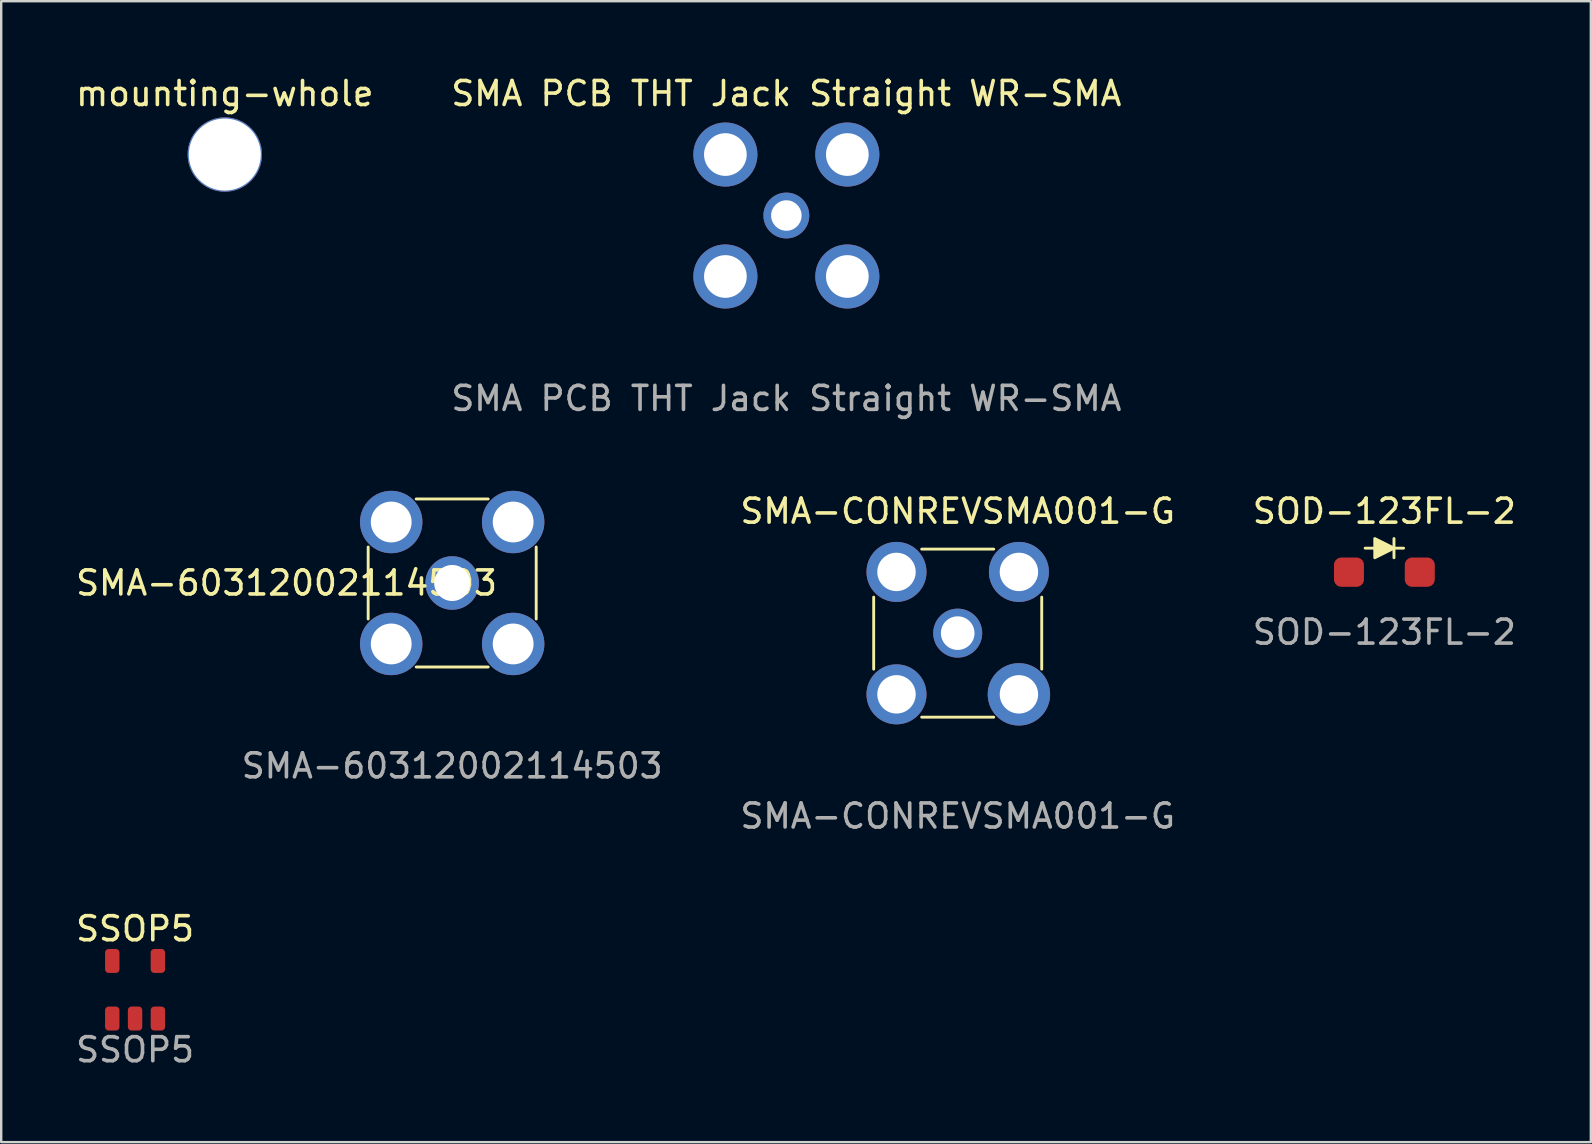
<source format=kicad_pcb>
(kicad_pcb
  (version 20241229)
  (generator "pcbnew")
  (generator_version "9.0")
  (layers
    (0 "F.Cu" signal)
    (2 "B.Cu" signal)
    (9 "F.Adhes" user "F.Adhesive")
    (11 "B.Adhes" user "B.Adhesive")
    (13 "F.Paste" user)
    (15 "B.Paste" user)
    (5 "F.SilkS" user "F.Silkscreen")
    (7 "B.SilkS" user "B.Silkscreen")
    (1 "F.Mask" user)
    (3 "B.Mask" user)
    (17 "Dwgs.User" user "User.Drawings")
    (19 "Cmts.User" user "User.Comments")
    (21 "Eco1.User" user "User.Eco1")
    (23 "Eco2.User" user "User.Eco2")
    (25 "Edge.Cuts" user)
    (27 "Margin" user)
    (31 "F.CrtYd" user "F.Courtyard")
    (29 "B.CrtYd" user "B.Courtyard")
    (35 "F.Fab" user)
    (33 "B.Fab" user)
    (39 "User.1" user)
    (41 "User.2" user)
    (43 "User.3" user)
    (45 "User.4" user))
  (footprint "SOD-123FL-2"
    (layer "F.Cu")
    (at 54.62 20.785)
    (property "Reference" "SOD-123FL-2" (at 0 -2.54 0) (unlocked yes) (layer "F.SilkS") (effects (font (size 1 1) (thickness 0.15))))
    (attr smd)
    (fp_line (start -0.8 -1) (end 0.8 -1) (stroke (width 0.12) (type solid)) (layer "F.SilkS"))
    (fp_line (start 0.4 -1.4) (end 0.4 -0.6) (stroke (width 0.12) (type solid)) (layer "F.SilkS"))
    (fp_poly (pts (xy 0.4 -1) (xy -0.4 -0.6) (xy -0.4 -1.4)) (stroke (width 0.12) (type solid)) (fill yes) (layer "F.SilkS"))
    (fp_text user "${REFERENCE}" (at 0 2.5 0) (unlocked yes) (layer "F.Fab") (effects (font (size 1 1) (thickness 0.15))))
    (pad "1" smd roundrect (at -1.475 0) (size 1.25 1.22) (layers "F.Cu" "F.Mask" "F.Paste") (roundrect_rratio 0.25))
    (pad "2" smd roundrect (at 1.475 0) (size 1.25 1.22) (layers "F.Cu" "F.Mask" "F.Paste") (roundrect_rratio 0.25)))
  (footprint "SMA-60312002114503"
    (layer "F.Cu")
    (at 15.787 21.236)
    (property "Reference" "SMA-60312002114503" (at -6.9 0 0) (unlocked yes) (layer "F.SilkS") (effects (font (size 1 1) (thickness 0.15))))
    (attr smd)
    (fp_line (start -3.5 1.5) (end -3.5 -1.5) (stroke (width 0.12) (type solid)) (layer "F.SilkS"))
    (fp_line (start -1.5 -3.5) (end 1.5 -3.5) (stroke (width 0.12) (type solid)) (layer "F.SilkS"))
    (fp_line (start -1.5 3.5) (end 1.5 3.5) (stroke (width 0.12) (type solid)) (layer "F.SilkS"))
    (fp_line (start 3.5 -1.5) (end 3.5 1.5) (stroke (width 0.12) (type solid)) (layer "F.SilkS"))
    (fp_text user "${REFERENCE}" (at 0 7.62 0) (unlocked yes) (layer "F.Fab") (effects (font (size 1 1) (thickness 0.15))))
    (pad "1" thru_hole circle (at 0 0) (size 2.23 2.23) (drill 1.5) (layers "*.Cu" "*.Mask"))
    (pad "2" thru_hole circle (at -2.54 -2.54) (size 2.6 2.6) (drill 1.7) (layers "*.Cu" "*.Mask"))
    (pad "2" thru_hole circle (at -2.54 2.54) (size 2.6 2.6) (drill 1.7) (layers "*.Cu" "*.Mask"))
    (pad "2" thru_hole circle (at 2.54 -2.54) (size 2.6 2.6) (drill 1.7) (layers "*.Cu" "*.Mask"))
    (pad "2" thru_hole circle (at 2.54 2.54) (size 2.6 2.6) (drill 1.7) (layers "*.Cu" "*.Mask")))
  (footprint "mounting-whole"
    (layer "F.Cu")
    (at 6.315 3.388)
    (property "Reference" "mounting-whole" (at 0 -2.54 0) (unlocked yes) (layer "F.SilkS") (effects (font (size 1 1) (thickness 0.15))))
    (attr through_hole)
    (pad "" thru_hole circle (at 0 0) (size 3.1 3.1) (drill 3) (layers "*.Cu" "F.Mask")))
  (footprint "SSOP5"
    (layer "F.Cu")
    (at 2.577 38.181)
    (property "Reference" "SSOP5" (at 0 -2.54 0) (unlocked yes) (layer "F.SilkS") (effects (font (size 1 1) (thickness 0.15))))
    (attr smd)
    (fp_text user "${REFERENCE}" (at 0 2.5 0) (unlocked yes) (layer "F.Fab") (effects (font (size 1 1) (thickness 0.15))))
    (pad "1" smd roundrect (at -0.95 1.2) (size 0.6 1) (layers "F.Cu" "F.Mask" "F.Paste") (roundrect_rratio 0.25))
    (pad "2" smd roundrect (at 0 1.2) (size 0.6 1) (layers "F.Cu" "F.Mask" "F.Paste") (roundrect_rratio 0.25))
    (pad "3" smd roundrect (at 0.95 1.2) (size 0.6 1) (layers "F.Cu" "F.Mask" "F.Paste") (roundrect_rratio 0.25))
    (pad "4" smd roundrect (at 0.95 -1.2) (size 0.6 1) (layers "F.Cu" "F.Mask" "F.Paste") (roundrect_rratio 0.25))
    (pad "5" smd roundrect (at -0.95 -1.2) (size 0.6 1) (layers "F.Cu" "F.Mask" "F.Paste") (roundrect_rratio 0.25)))
  (footprint "SMA PCB THT Jack Straight WR-SMA"
    (layer "F.Cu")
    (at 29.708 5.928)
    (property "Reference" "SMA PCB THT Jack Straight WR-SMA" (at 0 -5.08 0) (unlocked yes) (layer "F.SilkS") (effects (font (size 1 1) (thickness 0.15))))
    (attr smd)
    (fp_text user "${REFERENCE}" (at 0 7.62 0) (unlocked yes) (layer "F.Fab") (effects (font (size 1 1) (thickness 0.15))))
    (pad "1" thru_hole circle (at 0 0) (size 1.91 1.91) (drill 1.27) (layers "*.Cu" "*.Mask"))
    (pad "2" thru_hole circle (at -2.54 -2.54) (size 2.67 2.67) (drill 1.778) (layers "*.Cu" "*.Mask"))
    (pad "2" thru_hole circle (at -2.54 2.54) (size 2.67 2.67) (drill 1.778) (layers "*.Cu" "*.Mask"))
    (pad "2" thru_hole circle (at 2.54 -2.54) (size 2.67 2.67) (drill 1.778) (layers "*.Cu" "*.Mask"))
    (pad "2" thru_hole circle (at 2.54 2.54) (size 2.67 2.67) (drill 1.778) (layers "*.Cu" "*.Mask")))
  (footprint "SMA-CONREVSMA001-G"
    (layer "F.Cu")
    (at 36.846 23.325)
    (property "Reference" "SMA-CONREVSMA001-G" (at 0 -5.08 0) (unlocked yes) (layer "F.SilkS") (effects (font (size 1 1) (thickness 0.15))))
    (attr smd)
    (fp_line (start -3.5 1.5) (end -3.5 -1.5) (stroke (width 0.12) (type solid)) (layer "F.SilkS"))
    (fp_line (start -1.5 -3.5) (end 1.5 -3.5) (stroke (width 0.12) (type solid)) (layer "F.SilkS"))
    (fp_line (start -1.5 3.5) (end 1.5 3.5) (stroke (width 0.12) (type solid)) (layer "F.SilkS"))
    (fp_line (start 3.5 -1.5) (end 3.5 1.5) (stroke (width 0.12) (type solid)) (layer "F.SilkS"))
    (fp_text user "${REFERENCE}" (at 0 7.62 0) (unlocked yes) (layer "F.Fab") (effects (font (size 1 1) (thickness 0.15))))
    (pad "1" thru_hole circle (at 0 0) (size 2.04 2.04) (drill 1.4) (layers "*.Cu" "*.Mask"))
    (pad "2" thru_hole circle (at -2.55 -2.55) (size 2.5 2.5) (drill 1.6) (layers "*.Cu" "*.Mask"))
    (pad "2" thru_hole circle (at -2.55 2.55) (size 2.5 2.5) (drill 1.6) (layers "*.Cu" "*.Mask"))
    (pad "2" thru_hole circle (at 2.55 -2.55) (size 2.5 2.5) (drill 1.6) (layers "*.Cu" "*.Mask"))
    (pad "2" thru_hole circle (at 2.55 2.55) (size 2.6 2.6) (drill 1.6) (layers "*.Cu" "*.Mask")))
  (gr_rect
    (start -3 -3)
    (end 63.221 44.529)
    (stroke (width 0.1) (type default))
    (fill no)
    (layer "Edge.Cuts")))
</source>
